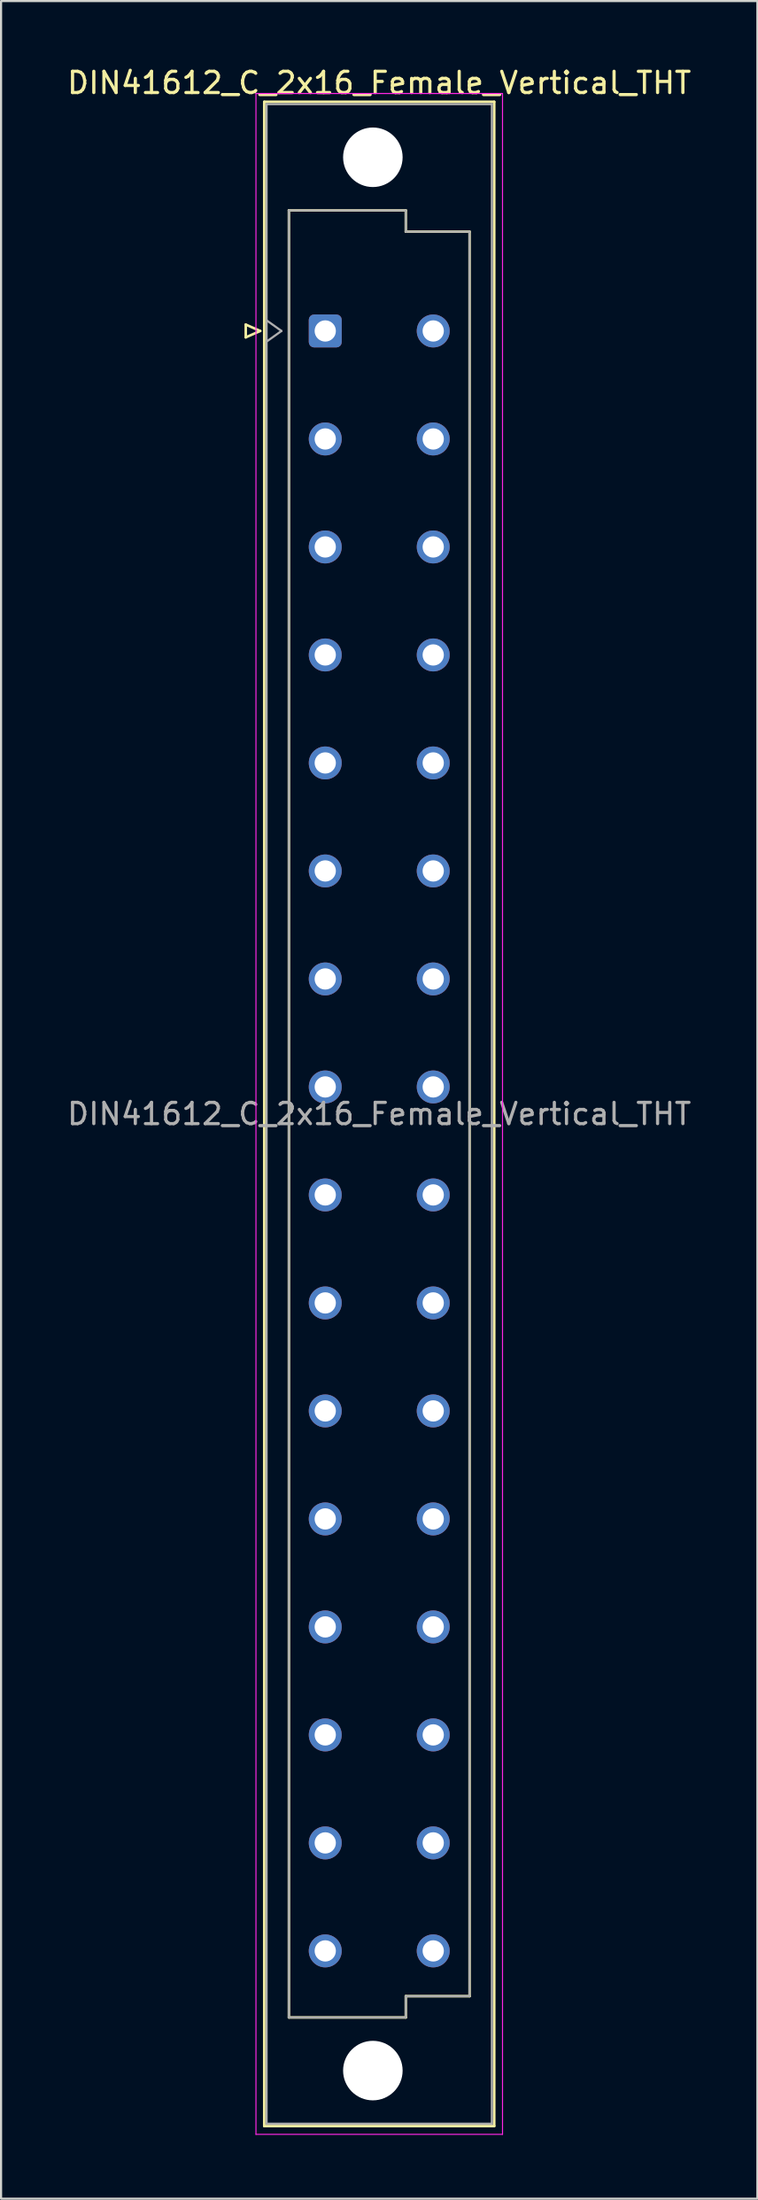
<source format=kicad_pcb>
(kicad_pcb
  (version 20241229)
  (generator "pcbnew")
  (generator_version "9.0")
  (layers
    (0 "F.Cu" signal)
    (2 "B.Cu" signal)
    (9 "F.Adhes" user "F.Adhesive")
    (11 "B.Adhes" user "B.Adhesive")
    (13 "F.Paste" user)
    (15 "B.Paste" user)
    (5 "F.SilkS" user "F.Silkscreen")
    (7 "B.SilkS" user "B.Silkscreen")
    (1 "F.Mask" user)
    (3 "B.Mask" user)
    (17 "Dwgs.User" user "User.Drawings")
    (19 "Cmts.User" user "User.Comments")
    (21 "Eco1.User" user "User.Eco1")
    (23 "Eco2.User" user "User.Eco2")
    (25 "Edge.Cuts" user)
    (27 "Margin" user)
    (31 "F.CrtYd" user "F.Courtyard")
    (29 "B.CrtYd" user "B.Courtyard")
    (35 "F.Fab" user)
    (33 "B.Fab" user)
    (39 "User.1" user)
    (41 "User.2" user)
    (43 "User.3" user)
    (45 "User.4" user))
  (footprint "DIN41612_C_2x16_Female_Vertical_THT"
    (layer "F.Cu")
    (at 12.252 9.978)
    (property "Reference" "DIN41612_C_2x16_Female_Vertical_THT" (at 2.54 -9.13 0) (layer "F.SilkS") (effects (font (size 1 1) (thickness 0.15))))
    (attr through_hole)
    (fp_line (start -3.74 2.24) (end -3.74 2.84) (stroke (width 0.12) (type solid)) (layer "F.SilkS"))
    (fp_line (start -3.74 2.84) (end -3.06 2.54) (stroke (width 0.12) (type solid)) (layer "F.SilkS"))
    (fp_line (start -3.06 2.54) (end -3.74 2.24) (stroke (width 0.12) (type solid)) (layer "F.SilkS"))
    (fp_line (start -2.87 -8.24) (end 7.95 -8.24) (stroke (width 0.12) (type solid)) (layer "F.SilkS"))
    (fp_line (start -2.87 86.98) (end -2.87 -8.24) (stroke (width 0.12) (type solid)) (layer "F.SilkS"))
    (fp_line (start -1.71 -3.131) (end 3.79 -3.131) (stroke (width 0.12) (type solid)) (layer "F.SilkS"))
    (fp_line (start -1.71 81.87) (end -1.71 -3.131) (stroke (width 0.12) (type solid)) (layer "F.SilkS"))
    (fp_line (start 3.79 -3.131) (end 3.79 -2.131) (stroke (width 0.12) (type solid)) (layer "F.SilkS"))
    (fp_line (start 3.79 -2.131) (end 6.79 -2.131) (stroke (width 0.12) (type solid)) (layer "F.SilkS"))
    (fp_line (start 3.79 80.87) (end 3.79 81.87) (stroke (width 0.12) (type solid)) (layer "F.SilkS"))
    (fp_line (start 3.79 81.87) (end -1.71 81.87) (stroke (width 0.12) (type solid)) (layer "F.SilkS"))
    (fp_line (start 6.79 -2.131) (end 6.79 80.87) (stroke (width 0.12) (type solid)) (layer "F.SilkS"))
    (fp_line (start 6.79 80.87) (end 3.79 80.87) (stroke (width 0.12) (type solid)) (layer "F.SilkS"))
    (fp_line (start 7.95 -8.24) (end 7.95 86.98) (stroke (width 0.12) (type solid)) (layer "F.SilkS"))
    (fp_line (start 7.95 86.98) (end -2.87 86.98) (stroke (width 0.12) (type solid)) (layer "F.SilkS"))
    (fp_line (start -3.26 -8.63) (end 8.34 -8.63) (stroke (width 0.05) (type solid)) (layer "F.CrtYd"))
    (fp_line (start -3.26 87.37) (end -3.26 -8.63) (stroke (width 0.05) (type solid)) (layer "F.CrtYd"))
    (fp_line (start 8.34 -8.63) (end 8.34 87.37) (stroke (width 0.05) (type solid)) (layer "F.CrtYd"))
    (fp_line (start 8.34 87.37) (end -3.26 87.37) (stroke (width 0.05) (type solid)) (layer "F.CrtYd"))
    (fp_line (start -2.76 -8.13) (end 7.84 -8.13) (stroke (width 0.1) (type solid)) (layer "F.Fab"))
    (fp_line (start -2.76 2.04) (end -2.06 2.54) (stroke (width 0.1) (type solid)) (layer "F.Fab"))
    (fp_line (start -2.76 86.87) (end -2.76 -8.13) (stroke (width 0.1) (type solid)) (layer "F.Fab"))
    (fp_line (start -2.06 2.54) (end -2.76 3.04) (stroke (width 0.1) (type solid)) (layer "F.Fab"))
    (fp_line (start -1.71 -3.13) (end 3.79 -3.13) (stroke (width 0.1) (type solid)) (layer "F.Fab"))
    (fp_line (start -1.71 81.87) (end -1.71 -3.13) (stroke (width 0.1) (type solid)) (layer "F.Fab"))
    (fp_line (start 3.79 -3.13) (end 3.79 -2.13) (stroke (width 0.1) (type solid)) (layer "F.Fab"))
    (fp_line (start 3.79 -2.13) (end 6.79 -2.13) (stroke (width 0.1) (type solid)) (layer "F.Fab"))
    (fp_line (start 3.79 80.87) (end 3.79 81.87) (stroke (width 0.1) (type solid)) (layer "F.Fab"))
    (fp_line (start 3.79 81.87) (end -1.71 81.87) (stroke (width 0.1) (type solid)) (layer "F.Fab"))
    (fp_line (start 6.79 -2.13) (end 6.79 80.87) (stroke (width 0.1) (type solid)) (layer "F.Fab"))
    (fp_line (start 6.79 80.87) (end 3.79 80.87) (stroke (width 0.1) (type solid)) (layer "F.Fab"))
    (fp_line (start 7.84 -8.13) (end 7.84 86.87) (stroke (width 0.1) (type solid)) (layer "F.Fab"))
    (fp_line (start 7.84 86.87) (end -2.76 86.87) (stroke (width 0.1) (type solid)) (layer "F.Fab"))
    (fp_text user "${REFERENCE}" (at 2.54 39.37 0) (layer "F.Fab") (effects (font (size 1 1) (thickness 0.15))))
    (pad "" np_thru_hole circle (at 2.24 -5.63) (size 2.8 2.8) (drill 2.8) (layers "*.Cu" "*.Mask"))
    (pad "" np_thru_hole circle (at 2.24 84.37) (size 2.8 2.8) (drill 2.8) (layers "*.Cu" "*.Mask"))
    (pad "a2" thru_hole roundrect (at 0 2.54) (size 1.55 1.55) (drill 1) (layers "*.Cu" "*.Mask") (roundrect_rratio 0.161))
    (pad "a4" thru_hole circle (at 0 7.62) (size 1.55 1.55) (drill 1) (layers "*.Cu" "*.Mask"))
    (pad "a6" thru_hole circle (at 0 12.7) (size 1.55 1.55) (drill 1) (layers "*.Cu" "*.Mask"))
    (pad "a8" thru_hole circle (at 0 17.78) (size 1.55 1.55) (drill 1) (layers "*.Cu" "*.Mask"))
    (pad "a10" thru_hole circle (at 0 22.86) (size 1.55 1.55) (drill 1) (layers "*.Cu" "*.Mask"))
    (pad "a12" thru_hole circle (at 0 27.94) (size 1.55 1.55) (drill 1) (layers "*.Cu" "*.Mask"))
    (pad "a14" thru_hole circle (at 0 33.02) (size 1.55 1.55) (drill 1) (layers "*.Cu" "*.Mask"))
    (pad "a16" thru_hole circle (at 0 38.1) (size 1.55 1.55) (drill 1) (layers "*.Cu" "*.Mask"))
    (pad "a18" thru_hole circle (at 0 43.18) (size 1.55 1.55) (drill 1) (layers "*.Cu" "*.Mask"))
    (pad "a20" thru_hole circle (at 0 48.26) (size 1.55 1.55) (drill 1) (layers "*.Cu" "*.Mask"))
    (pad "a22" thru_hole circle (at 0 53.34) (size 1.55 1.55) (drill 1) (layers "*.Cu" "*.Mask"))
    (pad "a24" thru_hole circle (at 0 58.42) (size 1.55 1.55) (drill 1) (layers "*.Cu" "*.Mask"))
    (pad "a26" thru_hole circle (at 0 63.5) (size 1.55 1.55) (drill 1) (layers "*.Cu" "*.Mask"))
    (pad "a28" thru_hole circle (at 0 68.58) (size 1.55 1.55) (drill 1) (layers "*.Cu" "*.Mask"))
    (pad "a30" thru_hole circle (at 0 73.66) (size 1.55 1.55) (drill 1) (layers "*.Cu" "*.Mask"))
    (pad "a32" thru_hole circle (at 0 78.74) (size 1.55 1.55) (drill 1) (layers "*.Cu" "*.Mask"))
    (pad "c2" thru_hole circle (at 5.08 2.54) (size 1.55 1.55) (drill 1) (layers "*.Cu" "*.Mask"))
    (pad "c4" thru_hole circle (at 5.08 7.62) (size 1.55 1.55) (drill 1) (layers "*.Cu" "*.Mask"))
    (pad "c6" thru_hole circle (at 5.08 12.7) (size 1.55 1.55) (drill 1) (layers "*.Cu" "*.Mask"))
    (pad "c8" thru_hole circle (at 5.08 17.78) (size 1.55 1.55) (drill 1) (layers "*.Cu" "*.Mask"))
    (pad "c10" thru_hole circle (at 5.08 22.86) (size 1.55 1.55) (drill 1) (layers "*.Cu" "*.Mask"))
    (pad "c12" thru_hole circle (at 5.08 27.94) (size 1.55 1.55) (drill 1) (layers "*.Cu" "*.Mask"))
    (pad "c14" thru_hole circle (at 5.08 33.02) (size 1.55 1.55) (drill 1) (layers "*.Cu" "*.Mask"))
    (pad "c16" thru_hole circle (at 5.08 38.1) (size 1.55 1.55) (drill 1) (layers "*.Cu" "*.Mask"))
    (pad "c18" thru_hole circle (at 5.08 43.18) (size 1.55 1.55) (drill 1) (layers "*.Cu" "*.Mask"))
    (pad "c20" thru_hole circle (at 5.08 48.26) (size 1.55 1.55) (drill 1) (layers "*.Cu" "*.Mask"))
    (pad "c22" thru_hole circle (at 5.08 53.34) (size 1.55 1.55) (drill 1) (layers "*.Cu" "*.Mask"))
    (pad "c24" thru_hole circle (at 5.08 58.42) (size 1.55 1.55) (drill 1) (layers "*.Cu" "*.Mask"))
    (pad "c26" thru_hole circle (at 5.08 63.5) (size 1.55 1.55) (drill 1) (layers "*.Cu" "*.Mask"))
    (pad "c28" thru_hole circle (at 5.08 68.58) (size 1.55 1.55) (drill 1) (layers "*.Cu" "*.Mask"))
    (pad "c30" thru_hole circle (at 5.08 73.66) (size 1.55 1.55) (drill 1) (layers "*.Cu" "*.Mask"))
    (pad "c32" thru_hole circle (at 5.08 78.74) (size 1.55 1.55) (drill 1) (layers "*.Cu" "*.Mask")))
  (gr_rect
    (start -3 -3)
    (end 32.583 100.373)
    (stroke (width 0.1) (type default))
    (fill no)
    (layer "Edge.Cuts")))
</source>
